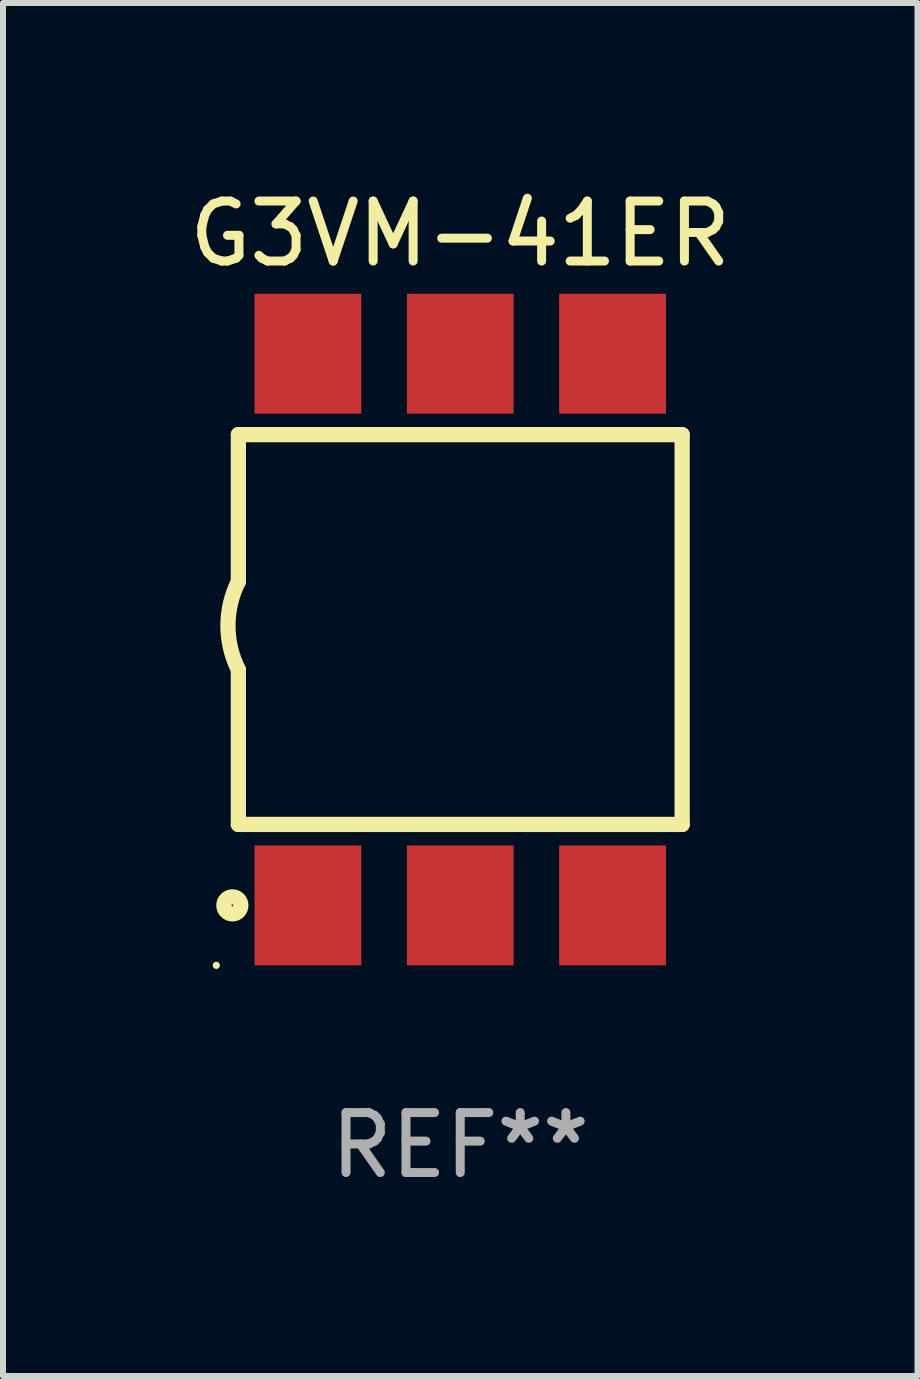
<source format=kicad_pcb>
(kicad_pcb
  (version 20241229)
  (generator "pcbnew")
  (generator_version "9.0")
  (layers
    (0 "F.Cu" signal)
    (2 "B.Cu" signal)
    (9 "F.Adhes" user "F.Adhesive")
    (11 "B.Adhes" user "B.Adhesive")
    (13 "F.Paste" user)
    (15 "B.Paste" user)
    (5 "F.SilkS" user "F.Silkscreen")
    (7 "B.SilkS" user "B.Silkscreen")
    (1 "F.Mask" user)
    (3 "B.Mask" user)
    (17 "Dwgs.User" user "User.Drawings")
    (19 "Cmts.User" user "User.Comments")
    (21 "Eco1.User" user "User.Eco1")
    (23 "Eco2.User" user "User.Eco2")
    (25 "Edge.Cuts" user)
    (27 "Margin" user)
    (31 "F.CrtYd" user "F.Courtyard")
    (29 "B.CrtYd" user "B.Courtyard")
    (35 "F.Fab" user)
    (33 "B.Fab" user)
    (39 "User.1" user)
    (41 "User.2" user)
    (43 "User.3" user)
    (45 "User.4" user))
  (footprint "G3VM-41ER"
    (layer "F.Cu")
    (at 4.625 7.448)
    (property "Reference" "G3VM-41ER" (at 0 -6.6 0) (layer "F.SilkS") (effects (font (size 1 1) (thickness 0.15))))
    (attr through_hole)
    (fp_line (start -3.7 -3.25) (end -3.7 -0.8) (stroke (width 0.254) (type solid)) (layer "F.SilkS"))
    (fp_line (start -3.7 -3.25) (end 3.7 -3.25) (stroke (width 0.254) (type solid)) (layer "F.SilkS"))
    (fp_line (start -3.7 3.25) (end -3.7 0.669) (stroke (width 0.254) (type solid)) (layer "F.SilkS"))
    (fp_line (start 3.7 -3.25) (end 3.7 3.25) (stroke (width 0.254) (type solid)) (layer "F.SilkS"))
    (fp_line (start 3.7 3.25) (end -3.7 3.25) (stroke (width 0.254) (type solid)) (layer "F.SilkS"))
    (fp_arc (start -3.700787 0.668021) (mid -3.873795 -0.066082) (end -3.7 -0.8) (stroke (width 0.254001) (type solid)) (layer "F.SilkS"))
    (fp_circle (center -4.068 5.6) (end -4.038 5.6) (stroke (width 0.06) (type solid)) (fill no) (layer "F.SilkS"))
    (fp_circle (center -3.8 4.6) (end -3.658 4.6) (stroke (width 0.254) (type solid)) (fill no) (layer "F.SilkS"))
    (fp_text user "REF**" (at 0 8.6 0) (layer "F.Fab") (effects (font (size 1 1) (thickness 0.15))))
    (pad "1" smd rect (at -2.54 4.6) (size 1.78 2) (layers "F.Cu" "F.Mask" "F.Paste"))
    (pad "2" smd rect (at 0 4.6) (size 1.78 2) (layers "F.Cu" "F.Mask" "F.Paste"))
    (pad "3" smd rect (at 2.54 4.6) (size 1.78 2) (layers "F.Cu" "F.Mask" "F.Paste"))
    (pad "4" smd rect (at 2.54 -4.6) (size 1.78 2) (layers "F.Cu" "F.Mask" "F.Paste"))
    (pad "5" smd rect (at 0 -4.6) (size 1.78 2) (layers "F.Cu" "F.Mask" "F.Paste"))
    (pad "6" smd rect (at -2.54 -4.6) (size 1.78 2) (layers "F.Cu" "F.Mask" "F.Paste")))
  (gr_rect
    (start -3 -3)
    (end 12.25 19.896)
    (stroke (width 0.1) (type default))
    (fill no)
    (layer "Edge.Cuts")))
</source>
